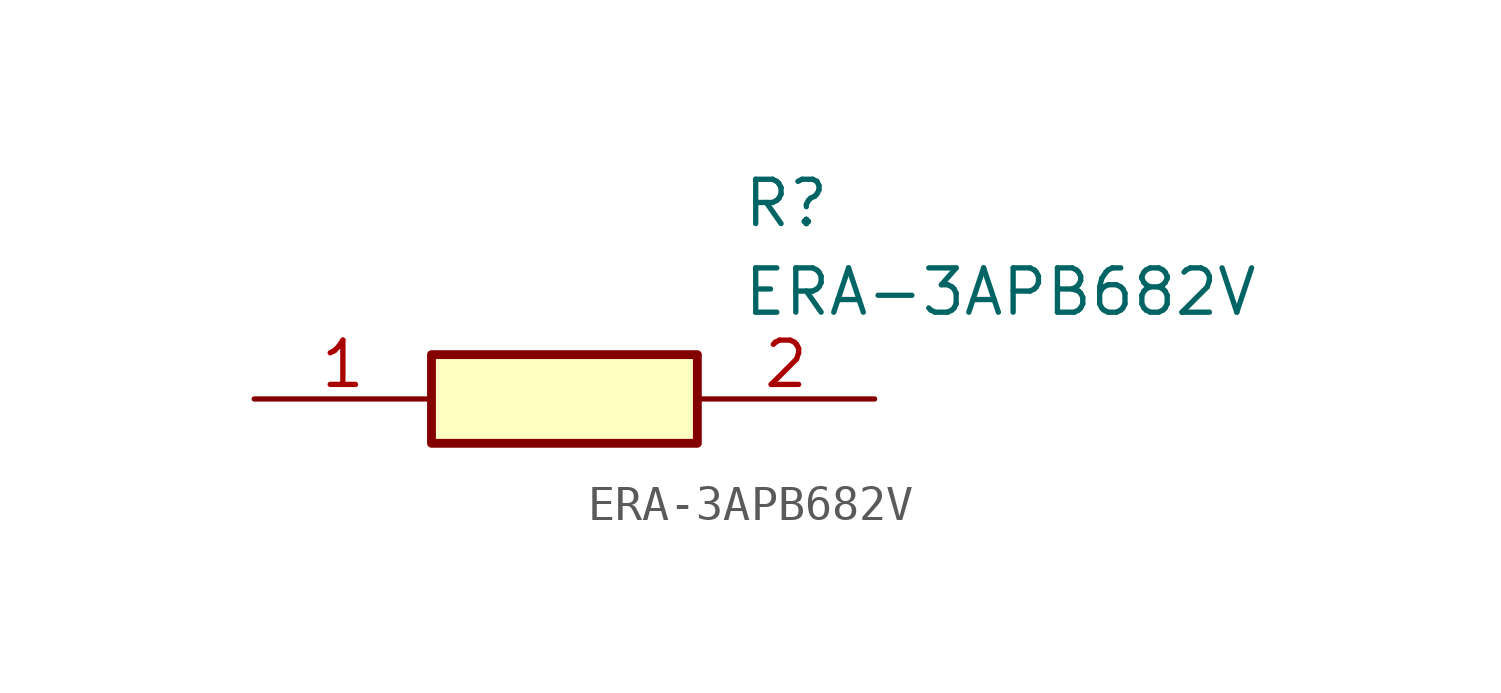
<source format=kicad_sym>
(kicad_symbol_lib
  (version 20211014)
  (generator SamacSys_ECAD_Model)
  (symbol "ERA-3APB682V"
    (pin_names hide)
    (property "Reference" "R"
      (at 13.97 6.35 0)
      (effects (font (size 1.27 1.27)) (justify left top)))
    (property "Value" "ERA-3APB682V"
      (at 13.97 3.81 0)
      (effects (font (size 1.27 1.27)) (justify left top)))
    (rectangle
      (start 5.08 1.27)
      (end 12.7 -1.27)
      (stroke (width 0.254) (type default))
      (fill (type background)))
    (pin passive line
      (at 0 0 0)
      (length 5.08)
      (name "1" (effects (font (size 1.27 1.27))))
      (number "1" (effects (font (size 1.27 1.27)))))
    (pin passive line
      (at 17.78 0 180)
      (length 5.08)
      (name "2" (effects (font (size 1.27 1.27))))
      (number "2" (effects (font (size 1.27 1.27)))))))
</source>
